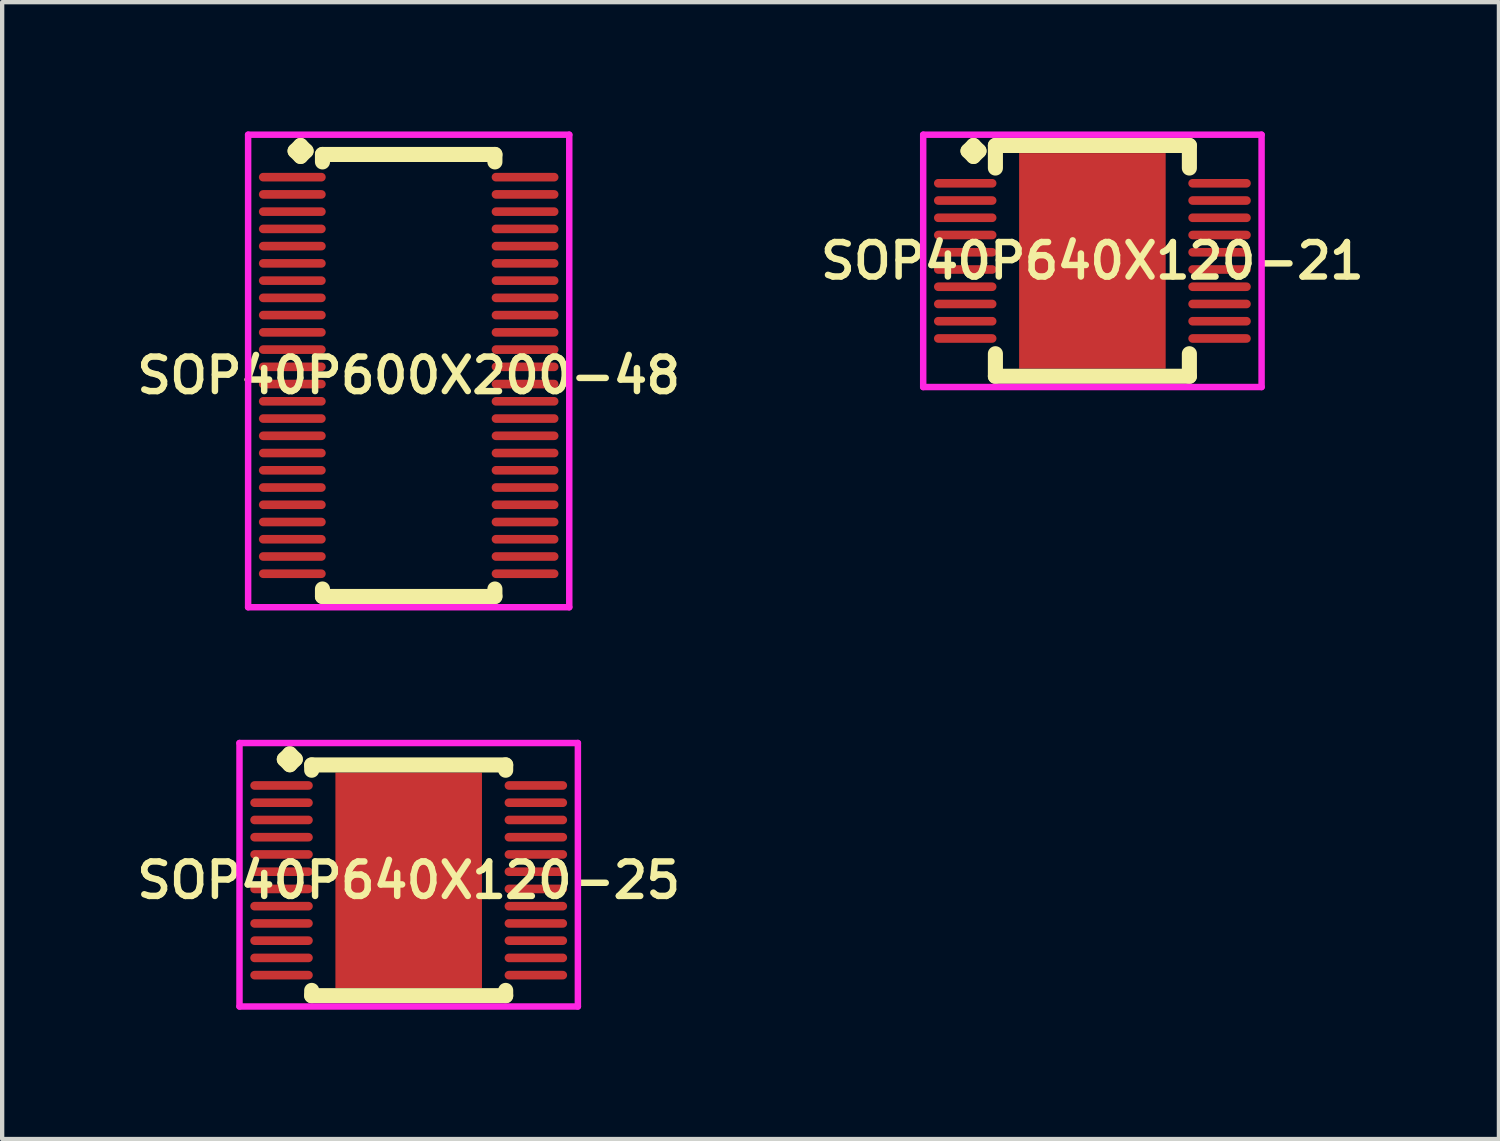
<source format=kicad_pcb>
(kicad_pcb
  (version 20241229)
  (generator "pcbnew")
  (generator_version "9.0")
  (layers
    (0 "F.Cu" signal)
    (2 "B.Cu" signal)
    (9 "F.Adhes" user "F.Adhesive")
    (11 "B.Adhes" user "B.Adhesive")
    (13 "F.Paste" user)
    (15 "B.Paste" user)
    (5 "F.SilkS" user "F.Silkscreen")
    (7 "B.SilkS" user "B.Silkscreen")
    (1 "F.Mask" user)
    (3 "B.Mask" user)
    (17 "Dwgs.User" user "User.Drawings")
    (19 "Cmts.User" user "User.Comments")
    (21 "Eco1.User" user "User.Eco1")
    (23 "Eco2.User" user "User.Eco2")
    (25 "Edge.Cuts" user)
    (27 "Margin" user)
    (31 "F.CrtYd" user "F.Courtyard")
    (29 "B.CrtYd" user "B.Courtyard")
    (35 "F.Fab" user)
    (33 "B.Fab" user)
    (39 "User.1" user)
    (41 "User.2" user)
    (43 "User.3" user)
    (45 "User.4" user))
  (footprint "SOP40P640X120-25"
    (layer "F.Cu")
    (at 6.431 17.372)
    (property "Reference" "SOP40P640X120-25" (at 0 0 0) (layer "F.SilkS") (effects (font (size 0.8 0.8) (thickness 0.15))))
    (attr smd)
    (fp_line (start -2.885 -2.808) (end -2.758 -2.935) (stroke (width 0.35) (type solid)) (layer "F.SilkS"))
    (fp_line (start -2.758 -2.935) (end -2.631 -2.808) (stroke (width 0.35) (type solid)) (layer "F.SilkS"))
    (fp_line (start -2.758 -2.681) (end -2.885 -2.808) (stroke (width 0.35) (type solid)) (layer "F.SilkS"))
    (fp_line (start -2.631 -2.808) (end -2.758 -2.681) (stroke (width 0.35) (type solid)) (layer "F.SilkS"))
    (fp_line (start -2.25 -2.677) (end 2.25 -2.677) (stroke (width 0.35) (type solid)) (layer "F.SilkS"))
    (fp_line (start -2.25 -2.554) (end -2.25 -2.677) (stroke (width 0.35) (type solid)) (layer "F.SilkS"))
    (fp_line (start -2.25 2.554) (end -2.25 2.677) (stroke (width 0.35) (type solid)) (layer "F.SilkS"))
    (fp_line (start -2.25 2.677) (end 2.25 2.677) (stroke (width 0.35) (type solid)) (layer "F.SilkS"))
    (fp_line (start 2.25 -2.677) (end 2.25 -2.554) (stroke (width 0.35) (type solid)) (layer "F.SilkS"))
    (fp_line (start 2.25 2.677) (end 2.25 2.554) (stroke (width 0.35) (type solid)) (layer "F.SilkS"))
    (fp_line (start -3.925 -3.185) (end 3.925 -3.185) (stroke (width 0.15) (type solid)) (layer "F.CrtYd"))
    (fp_line (start -3.925 2.927) (end -3.925 -3.185) (stroke (width 0.15) (type solid)) (layer "F.CrtYd"))
    (fp_line (start 3.925 -3.185) (end 3.925 2.927) (stroke (width 0.15) (type solid)) (layer "F.CrtYd"))
    (fp_line (start 3.925 2.927) (end -3.925 2.927) (stroke (width 0.15) (type solid)) (layer "F.CrtYd"))
    (pad "1" smd oval (at -2.95 -2.2) (size 1.45 0.2) (layers "F.Cu" "F.Mask" "F.Paste"))
    (pad "2" smd oval (at -2.95 -1.8) (size 1.45 0.2) (layers "F.Cu" "F.Mask" "F.Paste"))
    (pad "3" smd oval (at -2.95 -1.4) (size 1.45 0.2) (layers "F.Cu" "F.Mask" "F.Paste"))
    (pad "4" smd oval (at -2.95 -1) (size 1.45 0.2) (layers "F.Cu" "F.Mask" "F.Paste"))
    (pad "5" smd oval (at -2.95 -0.6) (size 1.45 0.2) (layers "F.Cu" "F.Mask" "F.Paste"))
    (pad "6" smd oval (at -2.95 -0.2) (size 1.45 0.2) (layers "F.Cu" "F.Mask" "F.Paste"))
    (pad "7" smd oval (at -2.95 0.2) (size 1.45 0.2) (layers "F.Cu" "F.Mask" "F.Paste"))
    (pad "8" smd oval (at -2.95 0.6) (size 1.45 0.2) (layers "F.Cu" "F.Mask" "F.Paste"))
    (pad "9" smd oval (at -2.95 1) (size 1.45 0.2) (layers "F.Cu" "F.Mask" "F.Paste"))
    (pad "10" smd oval (at -2.95 1.4) (size 1.45 0.2) (layers "F.Cu" "F.Mask" "F.Paste"))
    (pad "11" smd oval (at -2.95 1.8) (size 1.45 0.2) (layers "F.Cu" "F.Mask" "F.Paste"))
    (pad "12" smd oval (at -2.95 2.2) (size 1.45 0.2) (layers "F.Cu" "F.Mask" "F.Paste"))
    (pad "13" smd oval (at 2.95 2.2) (size 1.45 0.2) (layers "F.Cu" "F.Mask" "F.Paste"))
    (pad "14" smd oval (at 2.95 1.8) (size 1.45 0.2) (layers "F.Cu" "F.Mask" "F.Paste"))
    (pad "15" smd oval (at 2.95 1.4) (size 1.45 0.2) (layers "F.Cu" "F.Mask" "F.Paste"))
    (pad "16" smd oval (at 2.95 1) (size 1.45 0.2) (layers "F.Cu" "F.Mask" "F.Paste"))
    (pad "17" smd oval (at 2.95 0.6) (size 1.45 0.2) (layers "F.Cu" "F.Mask" "F.Paste"))
    (pad "18" smd oval (at 2.95 0.2) (size 1.45 0.2) (layers "F.Cu" "F.Mask" "F.Paste"))
    (pad "19" smd oval (at 2.95 -0.2) (size 1.45 0.2) (layers "F.Cu" "F.Mask" "F.Paste"))
    (pad "20" smd oval (at 2.95 -0.6) (size 1.45 0.2) (layers "F.Cu" "F.Mask" "F.Paste"))
    (pad "21" smd oval (at 2.95 -1) (size 1.45 0.2) (layers "F.Cu" "F.Mask" "F.Paste"))
    (pad "22" smd oval (at 2.95 -1.4) (size 1.45 0.2) (layers "F.Cu" "F.Mask" "F.Paste"))
    (pad "23" smd oval (at 2.95 -1.8) (size 1.45 0.2) (layers "F.Cu" "F.Mask" "F.Paste"))
    (pad "24" smd oval (at 2.95 -2.2) (size 1.45 0.2) (layers "F.Cu" "F.Mask" "F.Paste"))
    (pad "25" smd rect (at 0 0) (size 3.4 5) (layers "F.Cu" "F.Mask" "F.Paste")))
  (footprint "SOP40P600X200-48"
    (layer "F.Cu")
    (at 6.431 5.66)
    (property "Reference" "SOP40P600X200-48" (at 0 0 0) (layer "F.SilkS") (effects (font (size 0.8 0.8) (thickness 0.15))))
    (attr smd)
    (fp_line (start -2.635 -5.208) (end -2.508 -5.335) (stroke (width 0.35) (type solid)) (layer "F.SilkS"))
    (fp_line (start -2.508 -5.335) (end -2.381 -5.208) (stroke (width 0.35) (type solid)) (layer "F.SilkS"))
    (fp_line (start -2.508 -5.081) (end -2.635 -5.208) (stroke (width 0.35) (type solid)) (layer "F.SilkS"))
    (fp_line (start -2.381 -5.208) (end -2.508 -5.081) (stroke (width 0.35) (type solid)) (layer "F.SilkS"))
    (fp_line (start -2 -5.127) (end 2 -5.127) (stroke (width 0.35) (type solid)) (layer "F.SilkS"))
    (fp_line (start -2 -4.954) (end -2 -5.127) (stroke (width 0.35) (type solid)) (layer "F.SilkS"))
    (fp_line (start -2 4.954) (end -2 5.127) (stroke (width 0.35) (type solid)) (layer "F.SilkS"))
    (fp_line (start -2 5.127) (end 2 5.127) (stroke (width 0.35) (type solid)) (layer "F.SilkS"))
    (fp_line (start 2 -5.127) (end 2 -4.954) (stroke (width 0.35) (type solid)) (layer "F.SilkS"))
    (fp_line (start 2 5.127) (end 2 4.954) (stroke (width 0.35) (type solid)) (layer "F.SilkS"))
    (fp_line (start -3.725 -5.585) (end 3.725 -5.585) (stroke (width 0.15) (type solid)) (layer "F.CrtYd"))
    (fp_line (start -3.725 5.377) (end -3.725 -5.585) (stroke (width 0.15) (type solid)) (layer "F.CrtYd"))
    (fp_line (start 3.725 -5.585) (end 3.725 5.377) (stroke (width 0.15) (type solid)) (layer "F.CrtYd"))
    (fp_line (start 3.725 5.377) (end -3.725 5.377) (stroke (width 0.15) (type solid)) (layer "F.CrtYd"))
    (pad "1" smd oval (at -2.7 -4.6) (size 1.55 0.2) (layers "F.Cu" "F.Mask" "F.Paste"))
    (pad "2" smd oval (at -2.7 -4.2) (size 1.55 0.2) (layers "F.Cu" "F.Mask" "F.Paste"))
    (pad "3" smd oval (at -2.7 -3.8) (size 1.55 0.2) (layers "F.Cu" "F.Mask" "F.Paste"))
    (pad "4" smd oval (at -2.7 -3.4) (size 1.55 0.2) (layers "F.Cu" "F.Mask" "F.Paste"))
    (pad "5" smd oval (at -2.7 -3) (size 1.55 0.2) (layers "F.Cu" "F.Mask" "F.Paste"))
    (pad "6" smd oval (at -2.7 -2.6) (size 1.55 0.2) (layers "F.Cu" "F.Mask" "F.Paste"))
    (pad "7" smd oval (at -2.7 -2.2) (size 1.55 0.2) (layers "F.Cu" "F.Mask" "F.Paste"))
    (pad "8" smd oval (at -2.7 -1.8) (size 1.55 0.2) (layers "F.Cu" "F.Mask" "F.Paste"))
    (pad "9" smd oval (at -2.7 -1.4) (size 1.55 0.2) (layers "F.Cu" "F.Mask" "F.Paste"))
    (pad "10" smd oval (at -2.7 -1) (size 1.55 0.2) (layers "F.Cu" "F.Mask" "F.Paste"))
    (pad "11" smd oval (at -2.7 -0.6) (size 1.55 0.2) (layers "F.Cu" "F.Mask" "F.Paste"))
    (pad "12" smd oval (at -2.7 -0.2) (size 1.55 0.2) (layers "F.Cu" "F.Mask" "F.Paste"))
    (pad "13" smd oval (at -2.7 0.2) (size 1.55 0.2) (layers "F.Cu" "F.Mask" "F.Paste"))
    (pad "14" smd oval (at -2.7 0.6) (size 1.55 0.2) (layers "F.Cu" "F.Mask" "F.Paste"))
    (pad "15" smd oval (at -2.7 1) (size 1.55 0.2) (layers "F.Cu" "F.Mask" "F.Paste"))
    (pad "16" smd oval (at -2.7 1.4) (size 1.55 0.2) (layers "F.Cu" "F.Mask" "F.Paste"))
    (pad "17" smd oval (at -2.7 1.8) (size 1.55 0.2) (layers "F.Cu" "F.Mask" "F.Paste"))
    (pad "18" smd oval (at -2.7 2.2) (size 1.55 0.2) (layers "F.Cu" "F.Mask" "F.Paste"))
    (pad "19" smd oval (at -2.7 2.6) (size 1.55 0.2) (layers "F.Cu" "F.Mask" "F.Paste"))
    (pad "20" smd oval (at -2.7 3) (size 1.55 0.2) (layers "F.Cu" "F.Mask" "F.Paste"))
    (pad "21" smd oval (at -2.7 3.4) (size 1.55 0.2) (layers "F.Cu" "F.Mask" "F.Paste"))
    (pad "22" smd oval (at -2.7 3.8) (size 1.55 0.2) (layers "F.Cu" "F.Mask" "F.Paste"))
    (pad "23" smd oval (at -2.7 4.2) (size 1.55 0.2) (layers "F.Cu" "F.Mask" "F.Paste"))
    (pad "24" smd oval (at -2.7 4.6) (size 1.55 0.2) (layers "F.Cu" "F.Mask" "F.Paste"))
    (pad "25" smd oval (at 2.7 4.6) (size 1.55 0.2) (layers "F.Cu" "F.Mask" "F.Paste"))
    (pad "26" smd oval (at 2.7 4.2) (size 1.55 0.2) (layers "F.Cu" "F.Mask" "F.Paste"))
    (pad "27" smd oval (at 2.7 3.8) (size 1.55 0.2) (layers "F.Cu" "F.Mask" "F.Paste"))
    (pad "28" smd oval (at 2.7 3.4) (size 1.55 0.2) (layers "F.Cu" "F.Mask" "F.Paste"))
    (pad "29" smd oval (at 2.7 3) (size 1.55 0.2) (layers "F.Cu" "F.Mask" "F.Paste"))
    (pad "30" smd oval (at 2.7 2.6) (size 1.55 0.2) (layers "F.Cu" "F.Mask" "F.Paste"))
    (pad "31" smd oval (at 2.7 2.2) (size 1.55 0.2) (layers "F.Cu" "F.Mask" "F.Paste"))
    (pad "32" smd oval (at 2.7 1.8) (size 1.55 0.2) (layers "F.Cu" "F.Mask" "F.Paste"))
    (pad "33" smd oval (at 2.7 1.4) (size 1.55 0.2) (layers "F.Cu" "F.Mask" "F.Paste"))
    (pad "34" smd oval (at 2.7 1) (size 1.55 0.2) (layers "F.Cu" "F.Mask" "F.Paste"))
    (pad "35" smd oval (at 2.7 0.6) (size 1.55 0.2) (layers "F.Cu" "F.Mask" "F.Paste"))
    (pad "36" smd oval (at 2.7 0.2) (size 1.55 0.2) (layers "F.Cu" "F.Mask" "F.Paste"))
    (pad "37" smd oval (at 2.7 -0.2) (size 1.55 0.2) (layers "F.Cu" "F.Mask" "F.Paste"))
    (pad "38" smd oval (at 2.7 -0.6) (size 1.55 0.2) (layers "F.Cu" "F.Mask" "F.Paste"))
    (pad "39" smd oval (at 2.7 -1) (size 1.55 0.2) (layers "F.Cu" "F.Mask" "F.Paste"))
    (pad "40" smd oval (at 2.7 -1.4) (size 1.55 0.2) (layers "F.Cu" "F.Mask" "F.Paste"))
    (pad "41" smd oval (at 2.7 -1.8) (size 1.55 0.2) (layers "F.Cu" "F.Mask" "F.Paste"))
    (pad "42" smd oval (at 2.7 -2.2) (size 1.55 0.2) (layers "F.Cu" "F.Mask" "F.Paste"))
    (pad "43" smd oval (at 2.7 -2.6) (size 1.55 0.2) (layers "F.Cu" "F.Mask" "F.Paste"))
    (pad "44" smd oval (at 2.7 -3) (size 1.55 0.2) (layers "F.Cu" "F.Mask" "F.Paste"))
    (pad "45" smd oval (at 2.7 -3.4) (size 1.55 0.2) (layers "F.Cu" "F.Mask" "F.Paste"))
    (pad "46" smd oval (at 2.7 -3.8) (size 1.55 0.2) (layers "F.Cu" "F.Mask" "F.Paste"))
    (pad "47" smd oval (at 2.7 -4.2) (size 1.55 0.2) (layers "F.Cu" "F.Mask" "F.Paste"))
    (pad "48" smd oval (at 2.7 -4.6) (size 1.55 0.2) (layers "F.Cu" "F.Mask" "F.Paste")))
  (footprint "SOP40P640X120-21"
    (layer "F.Cu")
    (at 22.292 3.002)
    (property "Reference" "SOP40P640X120-21" (at 0 0 0) (layer "F.SilkS") (effects (font (size 0.8 0.8) (thickness 0.15))))
    (attr smd)
    (fp_line (start -2.885 -2.55) (end -2.758 -2.677) (stroke (width 0.35) (type solid)) (layer "F.SilkS"))
    (fp_line (start -2.758 -2.677) (end -2.631 -2.55) (stroke (width 0.35) (type solid)) (layer "F.SilkS"))
    (fp_line (start -2.758 -2.423) (end -2.885 -2.55) (stroke (width 0.35) (type solid)) (layer "F.SilkS"))
    (fp_line (start -2.631 -2.55) (end -2.758 -2.423) (stroke (width 0.35) (type solid)) (layer "F.SilkS"))
    (fp_line (start -2.25 -2.677) (end 2.25 -2.677) (stroke (width 0.35) (type solid)) (layer "F.SilkS"))
    (fp_line (start -2.25 -2.154) (end -2.25 -2.677) (stroke (width 0.35) (type solid)) (layer "F.SilkS"))
    (fp_line (start -2.25 2.154) (end -2.25 2.677) (stroke (width 0.35) (type solid)) (layer "F.SilkS"))
    (fp_line (start -2.25 2.677) (end 2.25 2.677) (stroke (width 0.35) (type solid)) (layer "F.SilkS"))
    (fp_line (start 2.25 -2.677) (end 2.25 -2.154) (stroke (width 0.35) (type solid)) (layer "F.SilkS"))
    (fp_line (start 2.25 2.677) (end 2.25 2.154) (stroke (width 0.35) (type solid)) (layer "F.SilkS"))
    (fp_line (start -3.925 -2.927) (end 3.925 -2.927) (stroke (width 0.15) (type solid)) (layer "F.CrtYd"))
    (fp_line (start -3.925 2.927) (end -3.925 -2.927) (stroke (width 0.15) (type solid)) (layer "F.CrtYd"))
    (fp_line (start 3.925 -2.927) (end 3.925 2.927) (stroke (width 0.15) (type solid)) (layer "F.CrtYd"))
    (fp_line (start 3.925 2.927) (end -3.925 2.927) (stroke (width 0.15) (type solid)) (layer "F.CrtYd"))
    (pad "1" smd oval (at -2.95 -1.8) (size 1.45 0.2) (layers "F.Cu" "F.Mask" "F.Paste"))
    (pad "2" smd oval (at -2.95 -1.4) (size 1.45 0.2) (layers "F.Cu" "F.Mask" "F.Paste"))
    (pad "3" smd oval (at -2.95 -1) (size 1.45 0.2) (layers "F.Cu" "F.Mask" "F.Paste"))
    (pad "4" smd oval (at -2.95 -0.6) (size 1.45 0.2) (layers "F.Cu" "F.Mask" "F.Paste"))
    (pad "5" smd oval (at -2.95 -0.2) (size 1.45 0.2) (layers "F.Cu" "F.Mask" "F.Paste"))
    (pad "6" smd oval (at -2.95 0.2) (size 1.45 0.2) (layers "F.Cu" "F.Mask" "F.Paste"))
    (pad "7" smd oval (at -2.95 0.6) (size 1.45 0.2) (layers "F.Cu" "F.Mask" "F.Paste"))
    (pad "8" smd oval (at -2.95 1) (size 1.45 0.2) (layers "F.Cu" "F.Mask" "F.Paste"))
    (pad "9" smd oval (at -2.95 1.4) (size 1.45 0.2) (layers "F.Cu" "F.Mask" "F.Paste"))
    (pad "10" smd oval (at -2.95 1.8) (size 1.45 0.2) (layers "F.Cu" "F.Mask" "F.Paste"))
    (pad "11" smd oval (at 2.95 1.8) (size 1.45 0.2) (layers "F.Cu" "F.Mask" "F.Paste"))
    (pad "12" smd oval (at 2.95 1.4) (size 1.45 0.2) (layers "F.Cu" "F.Mask" "F.Paste"))
    (pad "13" smd oval (at 2.95 1) (size 1.45 0.2) (layers "F.Cu" "F.Mask" "F.Paste"))
    (pad "14" smd oval (at 2.95 0.6) (size 1.45 0.2) (layers "F.Cu" "F.Mask" "F.Paste"))
    (pad "15" smd oval (at 2.95 0.2) (size 1.45 0.2) (layers "F.Cu" "F.Mask" "F.Paste"))
    (pad "16" smd oval (at 2.95 -0.2) (size 1.45 0.2) (layers "F.Cu" "F.Mask" "F.Paste"))
    (pad "17" smd oval (at 2.95 -0.6) (size 1.45 0.2) (layers "F.Cu" "F.Mask" "F.Paste"))
    (pad "18" smd oval (at 2.95 -1) (size 1.45 0.2) (layers "F.Cu" "F.Mask" "F.Paste"))
    (pad "19" smd oval (at 2.95 -1.4) (size 1.45 0.2) (layers "F.Cu" "F.Mask" "F.Paste"))
    (pad "20" smd oval (at 2.95 -1.8) (size 1.45 0.2) (layers "F.Cu" "F.Mask" "F.Paste"))
    (pad "21" smd rect (at 0 0) (size 3.4 5) (layers "F.Cu" "F.Mask" "F.Paste")))
  (gr_rect
    (start -3 -3)
    (end 31.723 23.374)
    (stroke (width 0.1) (type default))
    (fill no)
    (layer "Edge.Cuts")))
</source>
